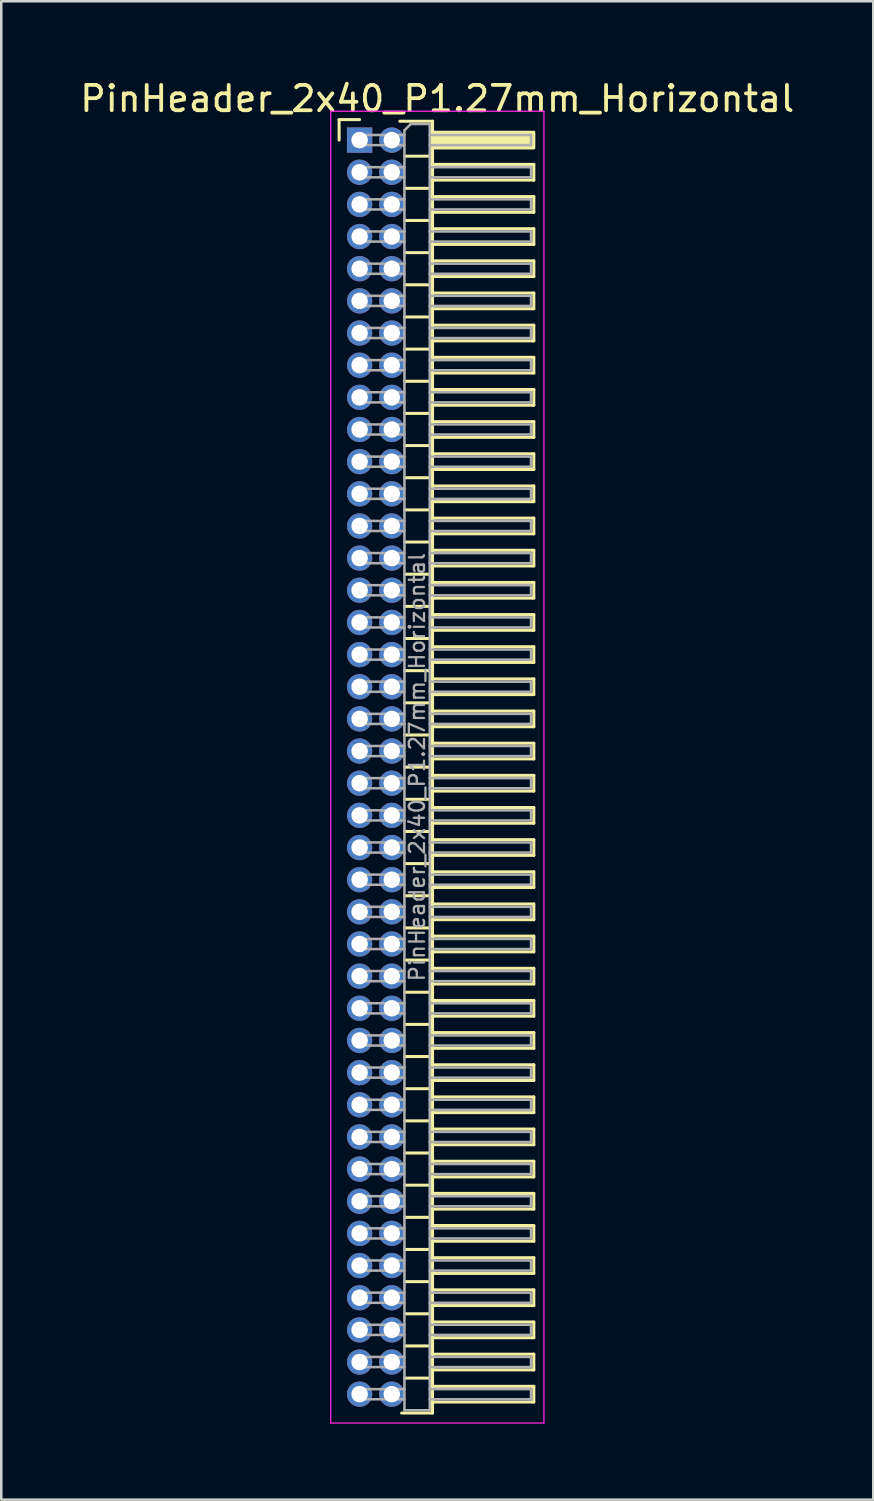
<source format=kicad_pcb>
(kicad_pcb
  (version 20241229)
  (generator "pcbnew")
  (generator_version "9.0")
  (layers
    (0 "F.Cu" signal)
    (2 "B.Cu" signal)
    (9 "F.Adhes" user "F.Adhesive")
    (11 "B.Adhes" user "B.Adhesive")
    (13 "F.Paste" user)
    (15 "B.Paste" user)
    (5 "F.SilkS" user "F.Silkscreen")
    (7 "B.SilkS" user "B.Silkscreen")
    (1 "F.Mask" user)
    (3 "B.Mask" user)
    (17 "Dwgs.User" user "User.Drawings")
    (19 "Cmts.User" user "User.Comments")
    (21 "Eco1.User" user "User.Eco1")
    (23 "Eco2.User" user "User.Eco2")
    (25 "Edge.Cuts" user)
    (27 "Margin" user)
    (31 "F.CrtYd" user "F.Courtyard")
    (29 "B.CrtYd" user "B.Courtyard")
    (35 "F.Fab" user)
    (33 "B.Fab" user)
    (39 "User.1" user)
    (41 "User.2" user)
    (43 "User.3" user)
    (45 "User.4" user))
  (footprint "PinHeader_2x40_P1.27mm_Horizontal"
    (layer "F.Cu")
    (at 11.153 2.483)
    (property "Reference" "PinHeader_2x40_P1.27mm_Horizontal" (at 3.067 -1.635 0) (layer "F.SilkS") (effects (font (size 1 1) (thickness 0.15))))
    (attr through_hole)
    (fp_line (start -0.81 -0.81) (end 0 -0.81) (stroke (width 0.12) (type solid)) (layer "F.SilkS"))
    (fp_line (start -0.81 0) (end -0.81 -0.81) (stroke (width 0.12) (type solid)) (layer "F.SilkS"))
    (fp_line (start 1.588 -0.745) (end 2.88 -0.745) (stroke (width 0.12) (type solid)) (layer "F.SilkS"))
    (fp_line (start 1.773 0.635) (end 2.88 0.635) (stroke (width 0.12) (type solid)) (layer "F.SilkS"))
    (fp_line (start 1.773 1.905) (end 2.88 1.905) (stroke (width 0.12) (type solid)) (layer "F.SilkS"))
    (fp_line (start 1.773 3.175) (end 2.88 3.175) (stroke (width 0.12) (type solid)) (layer "F.SilkS"))
    (fp_line (start 1.773 4.445) (end 2.88 4.445) (stroke (width 0.12) (type solid)) (layer "F.SilkS"))
    (fp_line (start 1.773 5.715) (end 2.88 5.715) (stroke (width 0.12) (type solid)) (layer "F.SilkS"))
    (fp_line (start 1.773 6.985) (end 2.88 6.985) (stroke (width 0.12) (type solid)) (layer "F.SilkS"))
    (fp_line (start 1.773 8.255) (end 2.88 8.255) (stroke (width 0.12) (type solid)) (layer "F.SilkS"))
    (fp_line (start 1.773 9.525) (end 2.88 9.525) (stroke (width 0.12) (type solid)) (layer "F.SilkS"))
    (fp_line (start 1.773 10.795) (end 2.88 10.795) (stroke (width 0.12) (type solid)) (layer "F.SilkS"))
    (fp_line (start 1.773 12.065) (end 2.88 12.065) (stroke (width 0.12) (type solid)) (layer "F.SilkS"))
    (fp_line (start 1.773 13.335) (end 2.88 13.335) (stroke (width 0.12) (type solid)) (layer "F.SilkS"))
    (fp_line (start 1.773 14.605) (end 2.88 14.605) (stroke (width 0.12) (type solid)) (layer "F.SilkS"))
    (fp_line (start 1.773 15.875) (end 2.88 15.875) (stroke (width 0.12) (type solid)) (layer "F.SilkS"))
    (fp_line (start 1.773 17.145) (end 2.88 17.145) (stroke (width 0.12) (type solid)) (layer "F.SilkS"))
    (fp_line (start 1.773 18.415) (end 2.88 18.415) (stroke (width 0.12) (type solid)) (layer "F.SilkS"))
    (fp_line (start 1.773 19.685) (end 2.88 19.685) (stroke (width 0.12) (type solid)) (layer "F.SilkS"))
    (fp_line (start 1.773 20.955) (end 2.88 20.955) (stroke (width 0.12) (type solid)) (layer "F.SilkS"))
    (fp_line (start 1.773 22.225) (end 2.88 22.225) (stroke (width 0.12) (type solid)) (layer "F.SilkS"))
    (fp_line (start 1.773 23.495) (end 2.88 23.495) (stroke (width 0.12) (type solid)) (layer "F.SilkS"))
    (fp_line (start 1.773 24.765) (end 2.88 24.765) (stroke (width 0.12) (type solid)) (layer "F.SilkS"))
    (fp_line (start 1.773 26.035) (end 2.88 26.035) (stroke (width 0.12) (type solid)) (layer "F.SilkS"))
    (fp_line (start 1.773 27.305) (end 2.88 27.305) (stroke (width 0.12) (type solid)) (layer "F.SilkS"))
    (fp_line (start 1.773 28.575) (end 2.88 28.575) (stroke (width 0.12) (type solid)) (layer "F.SilkS"))
    (fp_line (start 1.773 29.845) (end 2.88 29.845) (stroke (width 0.12) (type solid)) (layer "F.SilkS"))
    (fp_line (start 1.773 31.115) (end 2.88 31.115) (stroke (width 0.12) (type solid)) (layer "F.SilkS"))
    (fp_line (start 1.773 32.385) (end 2.88 32.385) (stroke (width 0.12) (type solid)) (layer "F.SilkS"))
    (fp_line (start 1.773 33.655) (end 2.88 33.655) (stroke (width 0.12) (type solid)) (layer "F.SilkS"))
    (fp_line (start 1.773 34.925) (end 2.88 34.925) (stroke (width 0.12) (type solid)) (layer "F.SilkS"))
    (fp_line (start 1.773 36.195) (end 2.88 36.195) (stroke (width 0.12) (type solid)) (layer "F.SilkS"))
    (fp_line (start 1.773 37.465) (end 2.88 37.465) (stroke (width 0.12) (type solid)) (layer "F.SilkS"))
    (fp_line (start 1.773 38.735) (end 2.88 38.735) (stroke (width 0.12) (type solid)) (layer "F.SilkS"))
    (fp_line (start 1.773 40.005) (end 2.88 40.005) (stroke (width 0.12) (type solid)) (layer "F.SilkS"))
    (fp_line (start 1.773 41.275) (end 2.88 41.275) (stroke (width 0.12) (type solid)) (layer "F.SilkS"))
    (fp_line (start 1.773 42.545) (end 2.88 42.545) (stroke (width 0.12) (type solid)) (layer "F.SilkS"))
    (fp_line (start 1.773 43.815) (end 2.88 43.815) (stroke (width 0.12) (type solid)) (layer "F.SilkS"))
    (fp_line (start 1.773 45.085) (end 2.88 45.085) (stroke (width 0.12) (type solid)) (layer "F.SilkS"))
    (fp_line (start 1.773 46.355) (end 2.88 46.355) (stroke (width 0.12) (type solid)) (layer "F.SilkS"))
    (fp_line (start 1.773 47.625) (end 2.88 47.625) (stroke (width 0.12) (type solid)) (layer "F.SilkS"))
    (fp_line (start 1.773 48.895) (end 2.88 48.895) (stroke (width 0.12) (type solid)) (layer "F.SilkS"))
    (fp_line (start 2.88 -0.745) (end 2.88 50.275) (stroke (width 0.12) (type solid)) (layer "F.SilkS"))
    (fp_line (start 2.88 0.96) (end 6.88 0.96) (stroke (width 0.12) (type solid)) (layer "F.SilkS"))
    (fp_line (start 2.88 2.23) (end 6.88 2.23) (stroke (width 0.12) (type solid)) (layer "F.SilkS"))
    (fp_line (start 2.88 3.5) (end 6.88 3.5) (stroke (width 0.12) (type solid)) (layer "F.SilkS"))
    (fp_line (start 2.88 4.77) (end 6.88 4.77) (stroke (width 0.12) (type solid)) (layer "F.SilkS"))
    (fp_line (start 2.88 6.04) (end 6.88 6.04) (stroke (width 0.12) (type solid)) (layer "F.SilkS"))
    (fp_line (start 2.88 7.31) (end 6.88 7.31) (stroke (width 0.12) (type solid)) (layer "F.SilkS"))
    (fp_line (start 2.88 8.58) (end 6.88 8.58) (stroke (width 0.12) (type solid)) (layer "F.SilkS"))
    (fp_line (start 2.88 9.85) (end 6.88 9.85) (stroke (width 0.12) (type solid)) (layer "F.SilkS"))
    (fp_line (start 2.88 11.12) (end 6.88 11.12) (stroke (width 0.12) (type solid)) (layer "F.SilkS"))
    (fp_line (start 2.88 12.39) (end 6.88 12.39) (stroke (width 0.12) (type solid)) (layer "F.SilkS"))
    (fp_line (start 2.88 13.66) (end 6.88 13.66) (stroke (width 0.12) (type solid)) (layer "F.SilkS"))
    (fp_line (start 2.88 14.93) (end 6.88 14.93) (stroke (width 0.12) (type solid)) (layer "F.SilkS"))
    (fp_line (start 2.88 16.2) (end 6.88 16.2) (stroke (width 0.12) (type solid)) (layer "F.SilkS"))
    (fp_line (start 2.88 17.47) (end 6.88 17.47) (stroke (width 0.12) (type solid)) (layer "F.SilkS"))
    (fp_line (start 2.88 18.74) (end 6.88 18.74) (stroke (width 0.12) (type solid)) (layer "F.SilkS"))
    (fp_line (start 2.88 20.01) (end 6.88 20.01) (stroke (width 0.12) (type solid)) (layer "F.SilkS"))
    (fp_line (start 2.88 21.28) (end 6.88 21.28) (stroke (width 0.12) (type solid)) (layer "F.SilkS"))
    (fp_line (start 2.88 22.55) (end 6.88 22.55) (stroke (width 0.12) (type solid)) (layer "F.SilkS"))
    (fp_line (start 2.88 23.82) (end 6.88 23.82) (stroke (width 0.12) (type solid)) (layer "F.SilkS"))
    (fp_line (start 2.88 25.09) (end 6.88 25.09) (stroke (width 0.12) (type solid)) (layer "F.SilkS"))
    (fp_line (start 2.88 26.36) (end 6.88 26.36) (stroke (width 0.12) (type solid)) (layer "F.SilkS"))
    (fp_line (start 2.88 27.63) (end 6.88 27.63) (stroke (width 0.12) (type solid)) (layer "F.SilkS"))
    (fp_line (start 2.88 28.9) (end 6.88 28.9) (stroke (width 0.12) (type solid)) (layer "F.SilkS"))
    (fp_line (start 2.88 30.17) (end 6.88 30.17) (stroke (width 0.12) (type solid)) (layer "F.SilkS"))
    (fp_line (start 2.88 31.44) (end 6.88 31.44) (stroke (width 0.12) (type solid)) (layer "F.SilkS"))
    (fp_line (start 2.88 32.71) (end 6.88 32.71) (stroke (width 0.12) (type solid)) (layer "F.SilkS"))
    (fp_line (start 2.88 33.98) (end 6.88 33.98) (stroke (width 0.12) (type solid)) (layer "F.SilkS"))
    (fp_line (start 2.88 35.25) (end 6.88 35.25) (stroke (width 0.12) (type solid)) (layer "F.SilkS"))
    (fp_line (start 2.88 36.52) (end 6.88 36.52) (stroke (width 0.12) (type solid)) (layer "F.SilkS"))
    (fp_line (start 2.88 37.79) (end 6.88 37.79) (stroke (width 0.12) (type solid)) (layer "F.SilkS"))
    (fp_line (start 2.88 39.06) (end 6.88 39.06) (stroke (width 0.12) (type solid)) (layer "F.SilkS"))
    (fp_line (start 2.88 40.33) (end 6.88 40.33) (stroke (width 0.12) (type solid)) (layer "F.SilkS"))
    (fp_line (start 2.88 41.6) (end 6.88 41.6) (stroke (width 0.12) (type solid)) (layer "F.SilkS"))
    (fp_line (start 2.88 42.87) (end 6.88 42.87) (stroke (width 0.12) (type solid)) (layer "F.SilkS"))
    (fp_line (start 2.88 44.14) (end 6.88 44.14) (stroke (width 0.12) (type solid)) (layer "F.SilkS"))
    (fp_line (start 2.88 45.41) (end 6.88 45.41) (stroke (width 0.12) (type solid)) (layer "F.SilkS"))
    (fp_line (start 2.88 46.68) (end 6.88 46.68) (stroke (width 0.12) (type solid)) (layer "F.SilkS"))
    (fp_line (start 2.88 47.95) (end 6.88 47.95) (stroke (width 0.12) (type solid)) (layer "F.SilkS"))
    (fp_line (start 2.88 49.22) (end 6.88 49.22) (stroke (width 0.12) (type solid)) (layer "F.SilkS"))
    (fp_line (start 2.88 50.275) (end 1.66 50.275) (stroke (width 0.12) (type solid)) (layer "F.SilkS"))
    (fp_line (start 6.88 0.96) (end 6.88 1.58) (stroke (width 0.12) (type solid)) (layer "F.SilkS"))
    (fp_line (start 6.88 1.58) (end 2.88 1.58) (stroke (width 0.12) (type solid)) (layer "F.SilkS"))
    (fp_line (start 6.88 2.23) (end 6.88 2.85) (stroke (width 0.12) (type solid)) (layer "F.SilkS"))
    (fp_line (start 6.88 2.85) (end 2.88 2.85) (stroke (width 0.12) (type solid)) (layer "F.SilkS"))
    (fp_line (start 6.88 3.5) (end 6.88 4.12) (stroke (width 0.12) (type solid)) (layer "F.SilkS"))
    (fp_line (start 6.88 4.12) (end 2.88 4.12) (stroke (width 0.12) (type solid)) (layer "F.SilkS"))
    (fp_line (start 6.88 4.77) (end 6.88 5.39) (stroke (width 0.12) (type solid)) (layer "F.SilkS"))
    (fp_line (start 6.88 5.39) (end 2.88 5.39) (stroke (width 0.12) (type solid)) (layer "F.SilkS"))
    (fp_line (start 6.88 6.04) (end 6.88 6.66) (stroke (width 0.12) (type solid)) (layer "F.SilkS"))
    (fp_line (start 6.88 6.66) (end 2.88 6.66) (stroke (width 0.12) (type solid)) (layer "F.SilkS"))
    (fp_line (start 6.88 7.31) (end 6.88 7.93) (stroke (width 0.12) (type solid)) (layer "F.SilkS"))
    (fp_line (start 6.88 7.93) (end 2.88 7.93) (stroke (width 0.12) (type solid)) (layer "F.SilkS"))
    (fp_line (start 6.88 8.58) (end 6.88 9.2) (stroke (width 0.12) (type solid)) (layer "F.SilkS"))
    (fp_line (start 6.88 9.2) (end 2.88 9.2) (stroke (width 0.12) (type solid)) (layer "F.SilkS"))
    (fp_line (start 6.88 9.85) (end 6.88 10.47) (stroke (width 0.12) (type solid)) (layer "F.SilkS"))
    (fp_line (start 6.88 10.47) (end 2.88 10.47) (stroke (width 0.12) (type solid)) (layer "F.SilkS"))
    (fp_line (start 6.88 11.12) (end 6.88 11.74) (stroke (width 0.12) (type solid)) (layer "F.SilkS"))
    (fp_line (start 6.88 11.74) (end 2.88 11.74) (stroke (width 0.12) (type solid)) (layer "F.SilkS"))
    (fp_line (start 6.88 12.39) (end 6.88 13.01) (stroke (width 0.12) (type solid)) (layer "F.SilkS"))
    (fp_line (start 6.88 13.01) (end 2.88 13.01) (stroke (width 0.12) (type solid)) (layer "F.SilkS"))
    (fp_line (start 6.88 13.66) (end 6.88 14.28) (stroke (width 0.12) (type solid)) (layer "F.SilkS"))
    (fp_line (start 6.88 14.28) (end 2.88 14.28) (stroke (width 0.12) (type solid)) (layer "F.SilkS"))
    (fp_line (start 6.88 14.93) (end 6.88 15.55) (stroke (width 0.12) (type solid)) (layer "F.SilkS"))
    (fp_line (start 6.88 15.55) (end 2.88 15.55) (stroke (width 0.12) (type solid)) (layer "F.SilkS"))
    (fp_line (start 6.88 16.2) (end 6.88 16.82) (stroke (width 0.12) (type solid)) (layer "F.SilkS"))
    (fp_line (start 6.88 16.82) (end 2.88 16.82) (stroke (width 0.12) (type solid)) (layer "F.SilkS"))
    (fp_line (start 6.88 17.47) (end 6.88 18.09) (stroke (width 0.12) (type solid)) (layer "F.SilkS"))
    (fp_line (start 6.88 18.09) (end 2.88 18.09) (stroke (width 0.12) (type solid)) (layer "F.SilkS"))
    (fp_line (start 6.88 18.74) (end 6.88 19.36) (stroke (width 0.12) (type solid)) (layer "F.SilkS"))
    (fp_line (start 6.88 19.36) (end 2.88 19.36) (stroke (width 0.12) (type solid)) (layer "F.SilkS"))
    (fp_line (start 6.88 20.01) (end 6.88 20.63) (stroke (width 0.12) (type solid)) (layer "F.SilkS"))
    (fp_line (start 6.88 20.63) (end 2.88 20.63) (stroke (width 0.12) (type solid)) (layer "F.SilkS"))
    (fp_line (start 6.88 21.28) (end 6.88 21.9) (stroke (width 0.12) (type solid)) (layer "F.SilkS"))
    (fp_line (start 6.88 21.9) (end 2.88 21.9) (stroke (width 0.12) (type solid)) (layer "F.SilkS"))
    (fp_line (start 6.88 22.55) (end 6.88 23.17) (stroke (width 0.12) (type solid)) (layer "F.SilkS"))
    (fp_line (start 6.88 23.17) (end 2.88 23.17) (stroke (width 0.12) (type solid)) (layer "F.SilkS"))
    (fp_line (start 6.88 23.82) (end 6.88 24.44) (stroke (width 0.12) (type solid)) (layer "F.SilkS"))
    (fp_line (start 6.88 24.44) (end 2.88 24.44) (stroke (width 0.12) (type solid)) (layer "F.SilkS"))
    (fp_line (start 6.88 25.09) (end 6.88 25.71) (stroke (width 0.12) (type solid)) (layer "F.SilkS"))
    (fp_line (start 6.88 25.71) (end 2.88 25.71) (stroke (width 0.12) (type solid)) (layer "F.SilkS"))
    (fp_line (start 6.88 26.36) (end 6.88 26.98) (stroke (width 0.12) (type solid)) (layer "F.SilkS"))
    (fp_line (start 6.88 26.98) (end 2.88 26.98) (stroke (width 0.12) (type solid)) (layer "F.SilkS"))
    (fp_line (start 6.88 27.63) (end 6.88 28.25) (stroke (width 0.12) (type solid)) (layer "F.SilkS"))
    (fp_line (start 6.88 28.25) (end 2.88 28.25) (stroke (width 0.12) (type solid)) (layer "F.SilkS"))
    (fp_line (start 6.88 28.9) (end 6.88 29.52) (stroke (width 0.12) (type solid)) (layer "F.SilkS"))
    (fp_line (start 6.88 29.52) (end 2.88 29.52) (stroke (width 0.12) (type solid)) (layer "F.SilkS"))
    (fp_line (start 6.88 30.17) (end 6.88 30.79) (stroke (width 0.12) (type solid)) (layer "F.SilkS"))
    (fp_line (start 6.88 30.79) (end 2.88 30.79) (stroke (width 0.12) (type solid)) (layer "F.SilkS"))
    (fp_line (start 6.88 31.44) (end 6.88 32.06) (stroke (width 0.12) (type solid)) (layer "F.SilkS"))
    (fp_line (start 6.88 32.06) (end 2.88 32.06) (stroke (width 0.12) (type solid)) (layer "F.SilkS"))
    (fp_line (start 6.88 32.71) (end 6.88 33.33) (stroke (width 0.12) (type solid)) (layer "F.SilkS"))
    (fp_line (start 6.88 33.33) (end 2.88 33.33) (stroke (width 0.12) (type solid)) (layer "F.SilkS"))
    (fp_line (start 6.88 33.98) (end 6.88 34.6) (stroke (width 0.12) (type solid)) (layer "F.SilkS"))
    (fp_line (start 6.88 34.6) (end 2.88 34.6) (stroke (width 0.12) (type solid)) (layer "F.SilkS"))
    (fp_line (start 6.88 35.25) (end 6.88 35.87) (stroke (width 0.12) (type solid)) (layer "F.SilkS"))
    (fp_line (start 6.88 35.87) (end 2.88 35.87) (stroke (width 0.12) (type solid)) (layer "F.SilkS"))
    (fp_line (start 6.88 36.52) (end 6.88 37.14) (stroke (width 0.12) (type solid)) (layer "F.SilkS"))
    (fp_line (start 6.88 37.14) (end 2.88 37.14) (stroke (width 0.12) (type solid)) (layer "F.SilkS"))
    (fp_line (start 6.88 37.79) (end 6.88 38.41) (stroke (width 0.12) (type solid)) (layer "F.SilkS"))
    (fp_line (start 6.88 38.41) (end 2.88 38.41) (stroke (width 0.12) (type solid)) (layer "F.SilkS"))
    (fp_line (start 6.88 39.06) (end 6.88 39.68) (stroke (width 0.12) (type solid)) (layer "F.SilkS"))
    (fp_line (start 6.88 39.68) (end 2.88 39.68) (stroke (width 0.12) (type solid)) (layer "F.SilkS"))
    (fp_line (start 6.88 40.33) (end 6.88 40.95) (stroke (width 0.12) (type solid)) (layer "F.SilkS"))
    (fp_line (start 6.88 40.95) (end 2.88 40.95) (stroke (width 0.12) (type solid)) (layer "F.SilkS"))
    (fp_line (start 6.88 41.6) (end 6.88 42.22) (stroke (width 0.12) (type solid)) (layer "F.SilkS"))
    (fp_line (start 6.88 42.22) (end 2.88 42.22) (stroke (width 0.12) (type solid)) (layer "F.SilkS"))
    (fp_line (start 6.88 42.87) (end 6.88 43.49) (stroke (width 0.12) (type solid)) (layer "F.SilkS"))
    (fp_line (start 6.88 43.49) (end 2.88 43.49) (stroke (width 0.12) (type solid)) (layer "F.SilkS"))
    (fp_line (start 6.88 44.14) (end 6.88 44.76) (stroke (width 0.12) (type solid)) (layer "F.SilkS"))
    (fp_line (start 6.88 44.76) (end 2.88 44.76) (stroke (width 0.12) (type solid)) (layer "F.SilkS"))
    (fp_line (start 6.88 45.41) (end 6.88 46.03) (stroke (width 0.12) (type solid)) (layer "F.SilkS"))
    (fp_line (start 6.88 46.03) (end 2.88 46.03) (stroke (width 0.12) (type solid)) (layer "F.SilkS"))
    (fp_line (start 6.88 46.68) (end 6.88 47.3) (stroke (width 0.12) (type solid)) (layer "F.SilkS"))
    (fp_line (start 6.88 47.3) (end 2.88 47.3) (stroke (width 0.12) (type solid)) (layer "F.SilkS"))
    (fp_line (start 6.88 47.95) (end 6.88 48.57) (stroke (width 0.12) (type solid)) (layer "F.SilkS"))
    (fp_line (start 6.88 48.57) (end 2.88 48.57) (stroke (width 0.12) (type solid)) (layer "F.SilkS"))
    (fp_line (start 6.88 49.22) (end 6.88 49.84) (stroke (width 0.12) (type solid)) (layer "F.SilkS"))
    (fp_line (start 6.88 49.84) (end 2.88 49.84) (stroke (width 0.12) (type solid)) (layer "F.SilkS"))
    (fp_rect (start 2.88 -0.31) (end 6.88 0.31) (stroke (width 0.12) (type solid)) (fill yes) (layer "F.SilkS"))
    (fp_line (start -1.14 -1.14) (end -1.14 50.67) (stroke (width 0.05) (type solid)) (layer "F.CrtYd"))
    (fp_line (start -1.14 50.67) (end 7.28 50.67) (stroke (width 0.05) (type solid)) (layer "F.CrtYd"))
    (fp_line (start 7.28 -1.14) (end -1.14 -1.14) (stroke (width 0.05) (type solid)) (layer "F.CrtYd"))
    (fp_line (start 7.28 50.67) (end 7.28 -1.14) (stroke (width 0.05) (type solid)) (layer "F.CrtYd"))
    (fp_line (start -0.2 -0.2) (end -0.2 0.2) (stroke (width 0.1) (type solid)) (layer "F.Fab"))
    (fp_line (start -0.2 -0.2) (end 1.77 -0.2) (stroke (width 0.1) (type solid)) (layer "F.Fab"))
    (fp_line (start -0.2 0.2) (end 1.77 0.2) (stroke (width 0.1) (type solid)) (layer "F.Fab"))
    (fp_line (start -0.2 1.07) (end -0.2 1.47) (stroke (width 0.1) (type solid)) (layer "F.Fab"))
    (fp_line (start -0.2 1.07) (end 1.77 1.07) (stroke (width 0.1) (type solid)) (layer "F.Fab"))
    (fp_line (start -0.2 1.47) (end 1.77 1.47) (stroke (width 0.1) (type solid)) (layer "F.Fab"))
    (fp_line (start -0.2 2.34) (end -0.2 2.74) (stroke (width 0.1) (type solid)) (layer "F.Fab"))
    (fp_line (start -0.2 2.34) (end 1.77 2.34) (stroke (width 0.1) (type solid)) (layer "F.Fab"))
    (fp_line (start -0.2 2.74) (end 1.77 2.74) (stroke (width 0.1) (type solid)) (layer "F.Fab"))
    (fp_line (start -0.2 3.61) (end -0.2 4.01) (stroke (width 0.1) (type solid)) (layer "F.Fab"))
    (fp_line (start -0.2 3.61) (end 1.77 3.61) (stroke (width 0.1) (type solid)) (layer "F.Fab"))
    (fp_line (start -0.2 4.01) (end 1.77 4.01) (stroke (width 0.1) (type solid)) (layer "F.Fab"))
    (fp_line (start -0.2 4.88) (end -0.2 5.28) (stroke (width 0.1) (type solid)) (layer "F.Fab"))
    (fp_line (start -0.2 4.88) (end 1.77 4.88) (stroke (width 0.1) (type solid)) (layer "F.Fab"))
    (fp_line (start -0.2 5.28) (end 1.77 5.28) (stroke (width 0.1) (type solid)) (layer "F.Fab"))
    (fp_line (start -0.2 6.15) (end -0.2 6.55) (stroke (width 0.1) (type solid)) (layer "F.Fab"))
    (fp_line (start -0.2 6.15) (end 1.77 6.15) (stroke (width 0.1) (type solid)) (layer "F.Fab"))
    (fp_line (start -0.2 6.55) (end 1.77 6.55) (stroke (width 0.1) (type solid)) (layer "F.Fab"))
    (fp_line (start -0.2 7.42) (end -0.2 7.82) (stroke (width 0.1) (type solid)) (layer "F.Fab"))
    (fp_line (start -0.2 7.42) (end 1.77 7.42) (stroke (width 0.1) (type solid)) (layer "F.Fab"))
    (fp_line (start -0.2 7.82) (end 1.77 7.82) (stroke (width 0.1) (type solid)) (layer "F.Fab"))
    (fp_line (start -0.2 8.69) (end -0.2 9.09) (stroke (width 0.1) (type solid)) (layer "F.Fab"))
    (fp_line (start -0.2 8.69) (end 1.77 8.69) (stroke (width 0.1) (type solid)) (layer "F.Fab"))
    (fp_line (start -0.2 9.09) (end 1.77 9.09) (stroke (width 0.1) (type solid)) (layer "F.Fab"))
    (fp_line (start -0.2 9.96) (end -0.2 10.36) (stroke (width 0.1) (type solid)) (layer "F.Fab"))
    (fp_line (start -0.2 9.96) (end 1.77 9.96) (stroke (width 0.1) (type solid)) (layer "F.Fab"))
    (fp_line (start -0.2 10.36) (end 1.77 10.36) (stroke (width 0.1) (type solid)) (layer "F.Fab"))
    (fp_line (start -0.2 11.23) (end -0.2 11.63) (stroke (width 0.1) (type solid)) (layer "F.Fab"))
    (fp_line (start -0.2 11.23) (end 1.77 11.23) (stroke (width 0.1) (type solid)) (layer "F.Fab"))
    (fp_line (start -0.2 11.63) (end 1.77 11.63) (stroke (width 0.1) (type solid)) (layer "F.Fab"))
    (fp_line (start -0.2 12.5) (end -0.2 12.9) (stroke (width 0.1) (type solid)) (layer "F.Fab"))
    (fp_line (start -0.2 12.5) (end 1.77 12.5) (stroke (width 0.1) (type solid)) (layer "F.Fab"))
    (fp_line (start -0.2 12.9) (end 1.77 12.9) (stroke (width 0.1) (type solid)) (layer "F.Fab"))
    (fp_line (start -0.2 13.77) (end -0.2 14.17) (stroke (width 0.1) (type solid)) (layer "F.Fab"))
    (fp_line (start -0.2 13.77) (end 1.77 13.77) (stroke (width 0.1) (type solid)) (layer "F.Fab"))
    (fp_line (start -0.2 14.17) (end 1.77 14.17) (stroke (width 0.1) (type solid)) (layer "F.Fab"))
    (fp_line (start -0.2 15.04) (end -0.2 15.44) (stroke (width 0.1) (type solid)) (layer "F.Fab"))
    (fp_line (start -0.2 15.04) (end 1.77 15.04) (stroke (width 0.1) (type solid)) (layer "F.Fab"))
    (fp_line (start -0.2 15.44) (end 1.77 15.44) (stroke (width 0.1) (type solid)) (layer "F.Fab"))
    (fp_line (start -0.2 16.31) (end -0.2 16.71) (stroke (width 0.1) (type solid)) (layer "F.Fab"))
    (fp_line (start -0.2 16.31) (end 1.77 16.31) (stroke (width 0.1) (type solid)) (layer "F.Fab"))
    (fp_line (start -0.2 16.71) (end 1.77 16.71) (stroke (width 0.1) (type solid)) (layer "F.Fab"))
    (fp_line (start -0.2 17.58) (end -0.2 17.98) (stroke (width 0.1) (type solid)) (layer "F.Fab"))
    (fp_line (start -0.2 17.58) (end 1.77 17.58) (stroke (width 0.1) (type solid)) (layer "F.Fab"))
    (fp_line (start -0.2 17.98) (end 1.77 17.98) (stroke (width 0.1) (type solid)) (layer "F.Fab"))
    (fp_line (start -0.2 18.85) (end -0.2 19.25) (stroke (width 0.1) (type solid)) (layer "F.Fab"))
    (fp_line (start -0.2 18.85) (end 1.77 18.85) (stroke (width 0.1) (type solid)) (layer "F.Fab"))
    (fp_line (start -0.2 19.25) (end 1.77 19.25) (stroke (width 0.1) (type solid)) (layer "F.Fab"))
    (fp_line (start -0.2 20.12) (end -0.2 20.52) (stroke (width 0.1) (type solid)) (layer "F.Fab"))
    (fp_line (start -0.2 20.12) (end 1.77 20.12) (stroke (width 0.1) (type solid)) (layer "F.Fab"))
    (fp_line (start -0.2 20.52) (end 1.77 20.52) (stroke (width 0.1) (type solid)) (layer "F.Fab"))
    (fp_line (start -0.2 21.39) (end -0.2 21.79) (stroke (width 0.1) (type solid)) (layer "F.Fab"))
    (fp_line (start -0.2 21.39) (end 1.77 21.39) (stroke (width 0.1) (type solid)) (layer "F.Fab"))
    (fp_line (start -0.2 21.79) (end 1.77 21.79) (stroke (width 0.1) (type solid)) (layer "F.Fab"))
    (fp_line (start -0.2 22.66) (end -0.2 23.06) (stroke (width 0.1) (type solid)) (layer "F.Fab"))
    (fp_line (start -0.2 22.66) (end 1.77 22.66) (stroke (width 0.1) (type solid)) (layer "F.Fab"))
    (fp_line (start -0.2 23.06) (end 1.77 23.06) (stroke (width 0.1) (type solid)) (layer "F.Fab"))
    (fp_line (start -0.2 23.93) (end -0.2 24.33) (stroke (width 0.1) (type solid)) (layer "F.Fab"))
    (fp_line (start -0.2 23.93) (end 1.77 23.93) (stroke (width 0.1) (type solid)) (layer "F.Fab"))
    (fp_line (start -0.2 24.33) (end 1.77 24.33) (stroke (width 0.1) (type solid)) (layer "F.Fab"))
    (fp_line (start -0.2 25.2) (end -0.2 25.6) (stroke (width 0.1) (type solid)) (layer "F.Fab"))
    (fp_line (start -0.2 25.2) (end 1.77 25.2) (stroke (width 0.1) (type solid)) (layer "F.Fab"))
    (fp_line (start -0.2 25.6) (end 1.77 25.6) (stroke (width 0.1) (type solid)) (layer "F.Fab"))
    (fp_line (start -0.2 26.47) (end -0.2 26.87) (stroke (width 0.1) (type solid)) (layer "F.Fab"))
    (fp_line (start -0.2 26.47) (end 1.77 26.47) (stroke (width 0.1) (type solid)) (layer "F.Fab"))
    (fp_line (start -0.2 26.87) (end 1.77 26.87) (stroke (width 0.1) (type solid)) (layer "F.Fab"))
    (fp_line (start -0.2 27.74) (end -0.2 28.14) (stroke (width 0.1) (type solid)) (layer "F.Fab"))
    (fp_line (start -0.2 27.74) (end 1.77 27.74) (stroke (width 0.1) (type solid)) (layer "F.Fab"))
    (fp_line (start -0.2 28.14) (end 1.77 28.14) (stroke (width 0.1) (type solid)) (layer "F.Fab"))
    (fp_line (start -0.2 29.01) (end -0.2 29.41) (stroke (width 0.1) (type solid)) (layer "F.Fab"))
    (fp_line (start -0.2 29.01) (end 1.77 29.01) (stroke (width 0.1) (type solid)) (layer "F.Fab"))
    (fp_line (start -0.2 29.41) (end 1.77 29.41) (stroke (width 0.1) (type solid)) (layer "F.Fab"))
    (fp_line (start -0.2 30.28) (end -0.2 30.68) (stroke (width 0.1) (type solid)) (layer "F.Fab"))
    (fp_line (start -0.2 30.28) (end 1.77 30.28) (stroke (width 0.1) (type solid)) (layer "F.Fab"))
    (fp_line (start -0.2 30.68) (end 1.77 30.68) (stroke (width 0.1) (type solid)) (layer "F.Fab"))
    (fp_line (start -0.2 31.55) (end -0.2 31.95) (stroke (width 0.1) (type solid)) (layer "F.Fab"))
    (fp_line (start -0.2 31.55) (end 1.77 31.55) (stroke (width 0.1) (type solid)) (layer "F.Fab"))
    (fp_line (start -0.2 31.95) (end 1.77 31.95) (stroke (width 0.1) (type solid)) (layer "F.Fab"))
    (fp_line (start -0.2 32.82) (end -0.2 33.22) (stroke (width 0.1) (type solid)) (layer "F.Fab"))
    (fp_line (start -0.2 32.82) (end 1.77 32.82) (stroke (width 0.1) (type solid)) (layer "F.Fab"))
    (fp_line (start -0.2 33.22) (end 1.77 33.22) (stroke (width 0.1) (type solid)) (layer "F.Fab"))
    (fp_line (start -0.2 34.09) (end -0.2 34.49) (stroke (width 0.1) (type solid)) (layer "F.Fab"))
    (fp_line (start -0.2 34.09) (end 1.77 34.09) (stroke (width 0.1) (type solid)) (layer "F.Fab"))
    (fp_line (start -0.2 34.49) (end 1.77 34.49) (stroke (width 0.1) (type solid)) (layer "F.Fab"))
    (fp_line (start -0.2 35.36) (end -0.2 35.76) (stroke (width 0.1) (type solid)) (layer "F.Fab"))
    (fp_line (start -0.2 35.36) (end 1.77 35.36) (stroke (width 0.1) (type solid)) (layer "F.Fab"))
    (fp_line (start -0.2 35.76) (end 1.77 35.76) (stroke (width 0.1) (type solid)) (layer "F.Fab"))
    (fp_line (start -0.2 36.63) (end -0.2 37.03) (stroke (width 0.1) (type solid)) (layer "F.Fab"))
    (fp_line (start -0.2 36.63) (end 1.77 36.63) (stroke (width 0.1) (type solid)) (layer "F.Fab"))
    (fp_line (start -0.2 37.03) (end 1.77 37.03) (stroke (width 0.1) (type solid)) (layer "F.Fab"))
    (fp_line (start -0.2 37.9) (end -0.2 38.3) (stroke (width 0.1) (type solid)) (layer "F.Fab"))
    (fp_line (start -0.2 37.9) (end 1.77 37.9) (stroke (width 0.1) (type solid)) (layer "F.Fab"))
    (fp_line (start -0.2 38.3) (end 1.77 38.3) (stroke (width 0.1) (type solid)) (layer "F.Fab"))
    (fp_line (start -0.2 39.17) (end -0.2 39.57) (stroke (width 0.1) (type solid)) (layer "F.Fab"))
    (fp_line (start -0.2 39.17) (end 1.77 39.17) (stroke (width 0.1) (type solid)) (layer "F.Fab"))
    (fp_line (start -0.2 39.57) (end 1.77 39.57) (stroke (width 0.1) (type solid)) (layer "F.Fab"))
    (fp_line (start -0.2 40.44) (end -0.2 40.84) (stroke (width 0.1) (type solid)) (layer "F.Fab"))
    (fp_line (start -0.2 40.44) (end 1.77 40.44) (stroke (width 0.1) (type solid)) (layer "F.Fab"))
    (fp_line (start -0.2 40.84) (end 1.77 40.84) (stroke (width 0.1) (type solid)) (layer "F.Fab"))
    (fp_line (start -0.2 41.71) (end -0.2 42.11) (stroke (width 0.1) (type solid)) (layer "F.Fab"))
    (fp_line (start -0.2 41.71) (end 1.77 41.71) (stroke (width 0.1) (type solid)) (layer "F.Fab"))
    (fp_line (start -0.2 42.11) (end 1.77 42.11) (stroke (width 0.1) (type solid)) (layer "F.Fab"))
    (fp_line (start -0.2 42.98) (end -0.2 43.38) (stroke (width 0.1) (type solid)) (layer "F.Fab"))
    (fp_line (start -0.2 42.98) (end 1.77 42.98) (stroke (width 0.1) (type solid)) (layer "F.Fab"))
    (fp_line (start -0.2 43.38) (end 1.77 43.38) (stroke (width 0.1) (type solid)) (layer "F.Fab"))
    (fp_line (start -0.2 44.25) (end -0.2 44.65) (stroke (width 0.1) (type solid)) (layer "F.Fab"))
    (fp_line (start -0.2 44.25) (end 1.77 44.25) (stroke (width 0.1) (type solid)) (layer "F.Fab"))
    (fp_line (start -0.2 44.65) (end 1.77 44.65) (stroke (width 0.1) (type solid)) (layer "F.Fab"))
    (fp_line (start -0.2 45.52) (end -0.2 45.92) (stroke (width 0.1) (type solid)) (layer "F.Fab"))
    (fp_line (start -0.2 45.52) (end 1.77 45.52) (stroke (width 0.1) (type solid)) (layer "F.Fab"))
    (fp_line (start -0.2 45.92) (end 1.77 45.92) (stroke (width 0.1) (type solid)) (layer "F.Fab"))
    (fp_line (start -0.2 46.79) (end -0.2 47.19) (stroke (width 0.1) (type solid)) (layer "F.Fab"))
    (fp_line (start -0.2 46.79) (end 1.77 46.79) (stroke (width 0.1) (type solid)) (layer "F.Fab"))
    (fp_line (start -0.2 47.19) (end 1.77 47.19) (stroke (width 0.1) (type solid)) (layer "F.Fab"))
    (fp_line (start -0.2 48.06) (end -0.2 48.46) (stroke (width 0.1) (type solid)) (layer "F.Fab"))
    (fp_line (start -0.2 48.06) (end 1.77 48.06) (stroke (width 0.1) (type solid)) (layer "F.Fab"))
    (fp_line (start -0.2 48.46) (end 1.77 48.46) (stroke (width 0.1) (type solid)) (layer "F.Fab"))
    (fp_line (start -0.2 49.33) (end -0.2 49.73) (stroke (width 0.1) (type solid)) (layer "F.Fab"))
    (fp_line (start -0.2 49.33) (end 1.77 49.33) (stroke (width 0.1) (type solid)) (layer "F.Fab"))
    (fp_line (start -0.2 49.73) (end 1.77 49.73) (stroke (width 0.1) (type solid)) (layer "F.Fab"))
    (fp_line (start 1.77 -0.385) (end 2.02 -0.635) (stroke (width 0.1) (type solid)) (layer "F.Fab"))
    (fp_line (start 1.77 50.165) (end 1.77 -0.385) (stroke (width 0.1) (type solid)) (layer "F.Fab"))
    (fp_line (start 2.02 -0.635) (end 2.77 -0.635) (stroke (width 0.1) (type solid)) (layer "F.Fab"))
    (fp_line (start 2.77 -0.635) (end 2.77 50.165) (stroke (width 0.1) (type solid)) (layer "F.Fab"))
    (fp_line (start 2.77 -0.2) (end 6.77 -0.2) (stroke (width 0.1) (type solid)) (layer "F.Fab"))
    (fp_line (start 2.77 0.2) (end 6.77 0.2) (stroke (width 0.1) (type solid)) (layer "F.Fab"))
    (fp_line (start 2.77 1.07) (end 6.77 1.07) (stroke (width 0.1) (type solid)) (layer "F.Fab"))
    (fp_line (start 2.77 1.47) (end 6.77 1.47) (stroke (width 0.1) (type solid)) (layer "F.Fab"))
    (fp_line (start 2.77 2.34) (end 6.77 2.34) (stroke (width 0.1) (type solid)) (layer "F.Fab"))
    (fp_line (start 2.77 2.74) (end 6.77 2.74) (stroke (width 0.1) (type solid)) (layer "F.Fab"))
    (fp_line (start 2.77 3.61) (end 6.77 3.61) (stroke (width 0.1) (type solid)) (layer "F.Fab"))
    (fp_line (start 2.77 4.01) (end 6.77 4.01) (stroke (width 0.1) (type solid)) (layer "F.Fab"))
    (fp_line (start 2.77 4.88) (end 6.77 4.88) (stroke (width 0.1) (type solid)) (layer "F.Fab"))
    (fp_line (start 2.77 5.28) (end 6.77 5.28) (stroke (width 0.1) (type solid)) (layer "F.Fab"))
    (fp_line (start 2.77 6.15) (end 6.77 6.15) (stroke (width 0.1) (type solid)) (layer "F.Fab"))
    (fp_line (start 2.77 6.55) (end 6.77 6.55) (stroke (width 0.1) (type solid)) (layer "F.Fab"))
    (fp_line (start 2.77 7.42) (end 6.77 7.42) (stroke (width 0.1) (type solid)) (layer "F.Fab"))
    (fp_line (start 2.77 7.82) (end 6.77 7.82) (stroke (width 0.1) (type solid)) (layer "F.Fab"))
    (fp_line (start 2.77 8.69) (end 6.77 8.69) (stroke (width 0.1) (type solid)) (layer "F.Fab"))
    (fp_line (start 2.77 9.09) (end 6.77 9.09) (stroke (width 0.1) (type solid)) (layer "F.Fab"))
    (fp_line (start 2.77 9.96) (end 6.77 9.96) (stroke (width 0.1) (type solid)) (layer "F.Fab"))
    (fp_line (start 2.77 10.36) (end 6.77 10.36) (stroke (width 0.1) (type solid)) (layer "F.Fab"))
    (fp_line (start 2.77 11.23) (end 6.77 11.23) (stroke (width 0.1) (type solid)) (layer "F.Fab"))
    (fp_line (start 2.77 11.63) (end 6.77 11.63) (stroke (width 0.1) (type solid)) (layer "F.Fab"))
    (fp_line (start 2.77 12.5) (end 6.77 12.5) (stroke (width 0.1) (type solid)) (layer "F.Fab"))
    (fp_line (start 2.77 12.9) (end 6.77 12.9) (stroke (width 0.1) (type solid)) (layer "F.Fab"))
    (fp_line (start 2.77 13.77) (end 6.77 13.77) (stroke (width 0.1) (type solid)) (layer "F.Fab"))
    (fp_line (start 2.77 14.17) (end 6.77 14.17) (stroke (width 0.1) (type solid)) (layer "F.Fab"))
    (fp_line (start 2.77 15.04) (end 6.77 15.04) (stroke (width 0.1) (type solid)) (layer "F.Fab"))
    (fp_line (start 2.77 15.44) (end 6.77 15.44) (stroke (width 0.1) (type solid)) (layer "F.Fab"))
    (fp_line (start 2.77 16.31) (end 6.77 16.31) (stroke (width 0.1) (type solid)) (layer "F.Fab"))
    (fp_line (start 2.77 16.71) (end 6.77 16.71) (stroke (width 0.1) (type solid)) (layer "F.Fab"))
    (fp_line (start 2.77 17.58) (end 6.77 17.58) (stroke (width 0.1) (type solid)) (layer "F.Fab"))
    (fp_line (start 2.77 17.98) (end 6.77 17.98) (stroke (width 0.1) (type solid)) (layer "F.Fab"))
    (fp_line (start 2.77 18.85) (end 6.77 18.85) (stroke (width 0.1) (type solid)) (layer "F.Fab"))
    (fp_line (start 2.77 19.25) (end 6.77 19.25) (stroke (width 0.1) (type solid)) (layer "F.Fab"))
    (fp_line (start 2.77 20.12) (end 6.77 20.12) (stroke (width 0.1) (type solid)) (layer "F.Fab"))
    (fp_line (start 2.77 20.52) (end 6.77 20.52) (stroke (width 0.1) (type solid)) (layer "F.Fab"))
    (fp_line (start 2.77 21.39) (end 6.77 21.39) (stroke (width 0.1) (type solid)) (layer "F.Fab"))
    (fp_line (start 2.77 21.79) (end 6.77 21.79) (stroke (width 0.1) (type solid)) (layer "F.Fab"))
    (fp_line (start 2.77 22.66) (end 6.77 22.66) (stroke (width 0.1) (type solid)) (layer "F.Fab"))
    (fp_line (start 2.77 23.06) (end 6.77 23.06) (stroke (width 0.1) (type solid)) (layer "F.Fab"))
    (fp_line (start 2.77 23.93) (end 6.77 23.93) (stroke (width 0.1) (type solid)) (layer "F.Fab"))
    (fp_line (start 2.77 24.33) (end 6.77 24.33) (stroke (width 0.1) (type solid)) (layer "F.Fab"))
    (fp_line (start 2.77 25.2) (end 6.77 25.2) (stroke (width 0.1) (type solid)) (layer "F.Fab"))
    (fp_line (start 2.77 25.6) (end 6.77 25.6) (stroke (width 0.1) (type solid)) (layer "F.Fab"))
    (fp_line (start 2.77 26.47) (end 6.77 26.47) (stroke (width 0.1) (type solid)) (layer "F.Fab"))
    (fp_line (start 2.77 26.87) (end 6.77 26.87) (stroke (width 0.1) (type solid)) (layer "F.Fab"))
    (fp_line (start 2.77 27.74) (end 6.77 27.74) (stroke (width 0.1) (type solid)) (layer "F.Fab"))
    (fp_line (start 2.77 28.14) (end 6.77 28.14) (stroke (width 0.1) (type solid)) (layer "F.Fab"))
    (fp_line (start 2.77 29.01) (end 6.77 29.01) (stroke (width 0.1) (type solid)) (layer "F.Fab"))
    (fp_line (start 2.77 29.41) (end 6.77 29.41) (stroke (width 0.1) (type solid)) (layer "F.Fab"))
    (fp_line (start 2.77 30.28) (end 6.77 30.28) (stroke (width 0.1) (type solid)) (layer "F.Fab"))
    (fp_line (start 2.77 30.68) (end 6.77 30.68) (stroke (width 0.1) (type solid)) (layer "F.Fab"))
    (fp_line (start 2.77 31.55) (end 6.77 31.55) (stroke (width 0.1) (type solid)) (layer "F.Fab"))
    (fp_line (start 2.77 31.95) (end 6.77 31.95) (stroke (width 0.1) (type solid)) (layer "F.Fab"))
    (fp_line (start 2.77 32.82) (end 6.77 32.82) (stroke (width 0.1) (type solid)) (layer "F.Fab"))
    (fp_line (start 2.77 33.22) (end 6.77 33.22) (stroke (width 0.1) (type solid)) (layer "F.Fab"))
    (fp_line (start 2.77 34.09) (end 6.77 34.09) (stroke (width 0.1) (type solid)) (layer "F.Fab"))
    (fp_line (start 2.77 34.49) (end 6.77 34.49) (stroke (width 0.1) (type solid)) (layer "F.Fab"))
    (fp_line (start 2.77 35.36) (end 6.77 35.36) (stroke (width 0.1) (type solid)) (layer "F.Fab"))
    (fp_line (start 2.77 35.76) (end 6.77 35.76) (stroke (width 0.1) (type solid)) (layer "F.Fab"))
    (fp_line (start 2.77 36.63) (end 6.77 36.63) (stroke (width 0.1) (type solid)) (layer "F.Fab"))
    (fp_line (start 2.77 37.03) (end 6.77 37.03) (stroke (width 0.1) (type solid)) (layer "F.Fab"))
    (fp_line (start 2.77 37.9) (end 6.77 37.9) (stroke (width 0.1) (type solid)) (layer "F.Fab"))
    (fp_line (start 2.77 38.3) (end 6.77 38.3) (stroke (width 0.1) (type solid)) (layer "F.Fab"))
    (fp_line (start 2.77 39.17) (end 6.77 39.17) (stroke (width 0.1) (type solid)) (layer "F.Fab"))
    (fp_line (start 2.77 39.57) (end 6.77 39.57) (stroke (width 0.1) (type solid)) (layer "F.Fab"))
    (fp_line (start 2.77 40.44) (end 6.77 40.44) (stroke (width 0.1) (type solid)) (layer "F.Fab"))
    (fp_line (start 2.77 40.84) (end 6.77 40.84) (stroke (width 0.1) (type solid)) (layer "F.Fab"))
    (fp_line (start 2.77 41.71) (end 6.77 41.71) (stroke (width 0.1) (type solid)) (layer "F.Fab"))
    (fp_line (start 2.77 42.11) (end 6.77 42.11) (stroke (width 0.1) (type solid)) (layer "F.Fab"))
    (fp_line (start 2.77 42.98) (end 6.77 42.98) (stroke (width 0.1) (type solid)) (layer "F.Fab"))
    (fp_line (start 2.77 43.38) (end 6.77 43.38) (stroke (width 0.1) (type solid)) (layer "F.Fab"))
    (fp_line (start 2.77 44.25) (end 6.77 44.25) (stroke (width 0.1) (type solid)) (layer "F.Fab"))
    (fp_line (start 2.77 44.65) (end 6.77 44.65) (stroke (width 0.1) (type solid)) (layer "F.Fab"))
    (fp_line (start 2.77 45.52) (end 6.77 45.52) (stroke (width 0.1) (type solid)) (layer "F.Fab"))
    (fp_line (start 2.77 45.92) (end 6.77 45.92) (stroke (width 0.1) (type solid)) (layer "F.Fab"))
    (fp_line (start 2.77 46.79) (end 6.77 46.79) (stroke (width 0.1) (type solid)) (layer "F.Fab"))
    (fp_line (start 2.77 47.19) (end 6.77 47.19) (stroke (width 0.1) (type solid)) (layer "F.Fab"))
    (fp_line (start 2.77 48.06) (end 6.77 48.06) (stroke (width 0.1) (type solid)) (layer "F.Fab"))
    (fp_line (start 2.77 48.46) (end 6.77 48.46) (stroke (width 0.1) (type solid)) (layer "F.Fab"))
    (fp_line (start 2.77 49.33) (end 6.77 49.33) (stroke (width 0.1) (type solid)) (layer "F.Fab"))
    (fp_line (start 2.77 49.73) (end 6.77 49.73) (stroke (width 0.1) (type solid)) (layer "F.Fab"))
    (fp_line (start 2.77 50.165) (end 1.77 50.165) (stroke (width 0.1) (type solid)) (layer "F.Fab"))
    (fp_line (start 6.77 -0.2) (end 6.77 0.2) (stroke (width 0.1) (type solid)) (layer "F.Fab"))
    (fp_line (start 6.77 1.07) (end 6.77 1.47) (stroke (width 0.1) (type solid)) (layer "F.Fab"))
    (fp_line (start 6.77 2.34) (end 6.77 2.74) (stroke (width 0.1) (type solid)) (layer "F.Fab"))
    (fp_line (start 6.77 3.61) (end 6.77 4.01) (stroke (width 0.1) (type solid)) (layer "F.Fab"))
    (fp_line (start 6.77 4.88) (end 6.77 5.28) (stroke (width 0.1) (type solid)) (layer "F.Fab"))
    (fp_line (start 6.77 6.15) (end 6.77 6.55) (stroke (width 0.1) (type solid)) (layer "F.Fab"))
    (fp_line (start 6.77 7.42) (end 6.77 7.82) (stroke (width 0.1) (type solid)) (layer "F.Fab"))
    (fp_line (start 6.77 8.69) (end 6.77 9.09) (stroke (width 0.1) (type solid)) (layer "F.Fab"))
    (fp_line (start 6.77 9.96) (end 6.77 10.36) (stroke (width 0.1) (type solid)) (layer "F.Fab"))
    (fp_line (start 6.77 11.23) (end 6.77 11.63) (stroke (width 0.1) (type solid)) (layer "F.Fab"))
    (fp_line (start 6.77 12.5) (end 6.77 12.9) (stroke (width 0.1) (type solid)) (layer "F.Fab"))
    (fp_line (start 6.77 13.77) (end 6.77 14.17) (stroke (width 0.1) (type solid)) (layer "F.Fab"))
    (fp_line (start 6.77 15.04) (end 6.77 15.44) (stroke (width 0.1) (type solid)) (layer "F.Fab"))
    (fp_line (start 6.77 16.31) (end 6.77 16.71) (stroke (width 0.1) (type solid)) (layer "F.Fab"))
    (fp_line (start 6.77 17.58) (end 6.77 17.98) (stroke (width 0.1) (type solid)) (layer "F.Fab"))
    (fp_line (start 6.77 18.85) (end 6.77 19.25) (stroke (width 0.1) (type solid)) (layer "F.Fab"))
    (fp_line (start 6.77 20.12) (end 6.77 20.52) (stroke (width 0.1) (type solid)) (layer "F.Fab"))
    (fp_line (start 6.77 21.39) (end 6.77 21.79) (stroke (width 0.1) (type solid)) (layer "F.Fab"))
    (fp_line (start 6.77 22.66) (end 6.77 23.06) (stroke (width 0.1) (type solid)) (layer "F.Fab"))
    (fp_line (start 6.77 23.93) (end 6.77 24.33) (stroke (width 0.1) (type solid)) (layer "F.Fab"))
    (fp_line (start 6.77 25.2) (end 6.77 25.6) (stroke (width 0.1) (type solid)) (layer "F.Fab"))
    (fp_line (start 6.77 26.47) (end 6.77 26.87) (stroke (width 0.1) (type solid)) (layer "F.Fab"))
    (fp_line (start 6.77 27.74) (end 6.77 28.14) (stroke (width 0.1) (type solid)) (layer "F.Fab"))
    (fp_line (start 6.77 29.01) (end 6.77 29.41) (stroke (width 0.1) (type solid)) (layer "F.Fab"))
    (fp_line (start 6.77 30.28) (end 6.77 30.68) (stroke (width 0.1) (type solid)) (layer "F.Fab"))
    (fp_line (start 6.77 31.55) (end 6.77 31.95) (stroke (width 0.1) (type solid)) (layer "F.Fab"))
    (fp_line (start 6.77 32.82) (end 6.77 33.22) (stroke (width 0.1) (type solid)) (layer "F.Fab"))
    (fp_line (start 6.77 34.09) (end 6.77 34.49) (stroke (width 0.1) (type solid)) (layer "F.Fab"))
    (fp_line (start 6.77 35.36) (end 6.77 35.76) (stroke (width 0.1) (type solid)) (layer "F.Fab"))
    (fp_line (start 6.77 36.63) (end 6.77 37.03) (stroke (width 0.1) (type solid)) (layer "F.Fab"))
    (fp_line (start 6.77 37.9) (end 6.77 38.3) (stroke (width 0.1) (type solid)) (layer "F.Fab"))
    (fp_line (start 6.77 39.17) (end 6.77 39.57) (stroke (width 0.1) (type solid)) (layer "F.Fab"))
    (fp_line (start 6.77 40.44) (end 6.77 40.84) (stroke (width 0.1) (type solid)) (layer "F.Fab"))
    (fp_line (start 6.77 41.71) (end 6.77 42.11) (stroke (width 0.1) (type solid)) (layer "F.Fab"))
    (fp_line (start 6.77 42.98) (end 6.77 43.38) (stroke (width 0.1) (type solid)) (layer "F.Fab"))
    (fp_line (start 6.77 44.25) (end 6.77 44.65) (stroke (width 0.1) (type solid)) (layer "F.Fab"))
    (fp_line (start 6.77 45.52) (end 6.77 45.92) (stroke (width 0.1) (type solid)) (layer "F.Fab"))
    (fp_line (start 6.77 46.79) (end 6.77 47.19) (stroke (width 0.1) (type solid)) (layer "F.Fab"))
    (fp_line (start 6.77 48.06) (end 6.77 48.46) (stroke (width 0.1) (type solid)) (layer "F.Fab"))
    (fp_line (start 6.77 49.33) (end 6.77 49.73) (stroke (width 0.1) (type solid)) (layer "F.Fab"))
    (fp_text user "${REFERENCE}" (at 2.27 24.765 90) (layer "F.Fab") (effects (font (size 0.6 0.6) (thickness 0.09))))
    (pad "1" thru_hole rect (at 0 0) (size 1 1) (drill 0.65) (layers "*.Cu" "*.Mask"))
    (pad "2" thru_hole circle (at 1.27 0) (size 1 1) (drill 0.65) (layers "*.Cu" "*.Mask"))
    (pad "3" thru_hole circle (at 0 1.27) (size 1 1) (drill 0.65) (layers "*.Cu" "*.Mask"))
    (pad "4" thru_hole circle (at 1.27 1.27) (size 1 1) (drill 0.65) (layers "*.Cu" "*.Mask"))
    (pad "5" thru_hole circle (at 0 2.54) (size 1 1) (drill 0.65) (layers "*.Cu" "*.Mask"))
    (pad "6" thru_hole circle (at 1.27 2.54) (size 1 1) (drill 0.65) (layers "*.Cu" "*.Mask"))
    (pad "7" thru_hole circle (at 0 3.81) (size 1 1) (drill 0.65) (layers "*.Cu" "*.Mask"))
    (pad "8" thru_hole circle (at 1.27 3.81) (size 1 1) (drill 0.65) (layers "*.Cu" "*.Mask"))
    (pad "9" thru_hole circle (at 0 5.08) (size 1 1) (drill 0.65) (layers "*.Cu" "*.Mask"))
    (pad "10" thru_hole circle (at 1.27 5.08) (size 1 1) (drill 0.65) (layers "*.Cu" "*.Mask"))
    (pad "11" thru_hole circle (at 0 6.35) (size 1 1) (drill 0.65) (layers "*.Cu" "*.Mask"))
    (pad "12" thru_hole circle (at 1.27 6.35) (size 1 1) (drill 0.65) (layers "*.Cu" "*.Mask"))
    (pad "13" thru_hole circle (at 0 7.62) (size 1 1) (drill 0.65) (layers "*.Cu" "*.Mask"))
    (pad "14" thru_hole circle (at 1.27 7.62) (size 1 1) (drill 0.65) (layers "*.Cu" "*.Mask"))
    (pad "15" thru_hole circle (at 0 8.89) (size 1 1) (drill 0.65) (layers "*.Cu" "*.Mask"))
    (pad "16" thru_hole circle (at 1.27 8.89) (size 1 1) (drill 0.65) (layers "*.Cu" "*.Mask"))
    (pad "17" thru_hole circle (at 0 10.16) (size 1 1) (drill 0.65) (layers "*.Cu" "*.Mask"))
    (pad "18" thru_hole circle (at 1.27 10.16) (size 1 1) (drill 0.65) (layers "*.Cu" "*.Mask"))
    (pad "19" thru_hole circle (at 0 11.43) (size 1 1) (drill 0.65) (layers "*.Cu" "*.Mask"))
    (pad "20" thru_hole circle (at 1.27 11.43) (size 1 1) (drill 0.65) (layers "*.Cu" "*.Mask"))
    (pad "21" thru_hole circle (at 0 12.7) (size 1 1) (drill 0.65) (layers "*.Cu" "*.Mask"))
    (pad "22" thru_hole circle (at 1.27 12.7) (size 1 1) (drill 0.65) (layers "*.Cu" "*.Mask"))
    (pad "23" thru_hole circle (at 0 13.97) (size 1 1) (drill 0.65) (layers "*.Cu" "*.Mask"))
    (pad "24" thru_hole circle (at 1.27 13.97) (size 1 1) (drill 0.65) (layers "*.Cu" "*.Mask"))
    (pad "25" thru_hole circle (at 0 15.24) (size 1 1) (drill 0.65) (layers "*.Cu" "*.Mask"))
    (pad "26" thru_hole circle (at 1.27 15.24) (size 1 1) (drill 0.65) (layers "*.Cu" "*.Mask"))
    (pad "27" thru_hole circle (at 0 16.51) (size 1 1) (drill 0.65) (layers "*.Cu" "*.Mask"))
    (pad "28" thru_hole circle (at 1.27 16.51) (size 1 1) (drill 0.65) (layers "*.Cu" "*.Mask"))
    (pad "29" thru_hole circle (at 0 17.78) (size 1 1) (drill 0.65) (layers "*.Cu" "*.Mask"))
    (pad "30" thru_hole circle (at 1.27 17.78) (size 1 1) (drill 0.65) (layers "*.Cu" "*.Mask"))
    (pad "31" thru_hole circle (at 0 19.05) (size 1 1) (drill 0.65) (layers "*.Cu" "*.Mask"))
    (pad "32" thru_hole circle (at 1.27 19.05) (size 1 1) (drill 0.65) (layers "*.Cu" "*.Mask"))
    (pad "33" thru_hole circle (at 0 20.32) (size 1 1) (drill 0.65) (layers "*.Cu" "*.Mask"))
    (pad "34" thru_hole circle (at 1.27 20.32) (size 1 1) (drill 0.65) (layers "*.Cu" "*.Mask"))
    (pad "35" thru_hole circle (at 0 21.59) (size 1 1) (drill 0.65) (layers "*.Cu" "*.Mask"))
    (pad "36" thru_hole circle (at 1.27 21.59) (size 1 1) (drill 0.65) (layers "*.Cu" "*.Mask"))
    (pad "37" thru_hole circle (at 0 22.86) (size 1 1) (drill 0.65) (layers "*.Cu" "*.Mask"))
    (pad "38" thru_hole circle (at 1.27 22.86) (size 1 1) (drill 0.65) (layers "*.Cu" "*.Mask"))
    (pad "39" thru_hole circle (at 0 24.13) (size 1 1) (drill 0.65) (layers "*.Cu" "*.Mask"))
    (pad "40" thru_hole circle (at 1.27 24.13) (size 1 1) (drill 0.65) (layers "*.Cu" "*.Mask"))
    (pad "41" thru_hole circle (at 0 25.4) (size 1 1) (drill 0.65) (layers "*.Cu" "*.Mask"))
    (pad "42" thru_hole circle (at 1.27 25.4) (size 1 1) (drill 0.65) (layers "*.Cu" "*.Mask"))
    (pad "43" thru_hole circle (at 0 26.67) (size 1 1) (drill 0.65) (layers "*.Cu" "*.Mask"))
    (pad "44" thru_hole circle (at 1.27 26.67) (size 1 1) (drill 0.65) (layers "*.Cu" "*.Mask"))
    (pad "45" thru_hole circle (at 0 27.94) (size 1 1) (drill 0.65) (layers "*.Cu" "*.Mask"))
    (pad "46" thru_hole circle (at 1.27 27.94) (size 1 1) (drill 0.65) (layers "*.Cu" "*.Mask"))
    (pad "47" thru_hole circle (at 0 29.21) (size 1 1) (drill 0.65) (layers "*.Cu" "*.Mask"))
    (pad "48" thru_hole circle (at 1.27 29.21) (size 1 1) (drill 0.65) (layers "*.Cu" "*.Mask"))
    (pad "49" thru_hole circle (at 0 30.48) (size 1 1) (drill 0.65) (layers "*.Cu" "*.Mask"))
    (pad "50" thru_hole circle (at 1.27 30.48) (size 1 1) (drill 0.65) (layers "*.Cu" "*.Mask"))
    (pad "51" thru_hole circle (at 0 31.75) (size 1 1) (drill 0.65) (layers "*.Cu" "*.Mask"))
    (pad "52" thru_hole circle (at 1.27 31.75) (size 1 1) (drill 0.65) (layers "*.Cu" "*.Mask"))
    (pad "53" thru_hole circle (at 0 33.02) (size 1 1) (drill 0.65) (layers "*.Cu" "*.Mask"))
    (pad "54" thru_hole circle (at 1.27 33.02) (size 1 1) (drill 0.65) (layers "*.Cu" "*.Mask"))
    (pad "55" thru_hole circle (at 0 34.29) (size 1 1) (drill 0.65) (layers "*.Cu" "*.Mask"))
    (pad "56" thru_hole circle (at 1.27 34.29) (size 1 1) (drill 0.65) (layers "*.Cu" "*.Mask"))
    (pad "57" thru_hole circle (at 0 35.56) (size 1 1) (drill 0.65) (layers "*.Cu" "*.Mask"))
    (pad "58" thru_hole circle (at 1.27 35.56) (size 1 1) (drill 0.65) (layers "*.Cu" "*.Mask"))
    (pad "59" thru_hole circle (at 0 36.83) (size 1 1) (drill 0.65) (layers "*.Cu" "*.Mask"))
    (pad "60" thru_hole circle (at 1.27 36.83) (size 1 1) (drill 0.65) (layers "*.Cu" "*.Mask"))
    (pad "61" thru_hole circle (at 0 38.1) (size 1 1) (drill 0.65) (layers "*.Cu" "*.Mask"))
    (pad "62" thru_hole circle (at 1.27 38.1) (size 1 1) (drill 0.65) (layers "*.Cu" "*.Mask"))
    (pad "63" thru_hole circle (at 0 39.37) (size 1 1) (drill 0.65) (layers "*.Cu" "*.Mask"))
    (pad "64" thru_hole circle (at 1.27 39.37) (size 1 1) (drill 0.65) (layers "*.Cu" "*.Mask"))
    (pad "65" thru_hole circle (at 0 40.64) (size 1 1) (drill 0.65) (layers "*.Cu" "*.Mask"))
    (pad "66" thru_hole circle (at 1.27 40.64) (size 1 1) (drill 0.65) (layers "*.Cu" "*.Mask"))
    (pad "67" thru_hole circle (at 0 41.91) (size 1 1) (drill 0.65) (layers "*.Cu" "*.Mask"))
    (pad "68" thru_hole circle (at 1.27 41.91) (size 1 1) (drill 0.65) (layers "*.Cu" "*.Mask"))
    (pad "69" thru_hole circle (at 0 43.18) (size 1 1) (drill 0.65) (layers "*.Cu" "*.Mask"))
    (pad "70" thru_hole circle (at 1.27 43.18) (size 1 1) (drill 0.65) (layers "*.Cu" "*.Mask"))
    (pad "71" thru_hole circle (at 0 44.45) (size 1 1) (drill 0.65) (layers "*.Cu" "*.Mask"))
    (pad "72" thru_hole circle (at 1.27 44.45) (size 1 1) (drill 0.65) (layers "*.Cu" "*.Mask"))
    (pad "73" thru_hole circle (at 0 45.72) (size 1 1) (drill 0.65) (layers "*.Cu" "*.Mask"))
    (pad "74" thru_hole circle (at 1.27 45.72) (size 1 1) (drill 0.65) (layers "*.Cu" "*.Mask"))
    (pad "75" thru_hole circle (at 0 46.99) (size 1 1) (drill 0.65) (layers "*.Cu" "*.Mask"))
    (pad "76" thru_hole circle (at 1.27 46.99) (size 1 1) (drill 0.65) (layers "*.Cu" "*.Mask"))
    (pad "77" thru_hole circle (at 0 48.26) (size 1 1) (drill 0.65) (layers "*.Cu" "*.Mask"))
    (pad "78" thru_hole circle (at 1.27 48.26) (size 1 1) (drill 0.65) (layers "*.Cu" "*.Mask"))
    (pad "79" thru_hole circle (at 0 49.53) (size 1 1) (drill 0.65) (layers "*.Cu" "*.Mask"))
    (pad "80" thru_hole circle (at 1.27 49.53) (size 1 1) (drill 0.65) (layers "*.Cu" "*.Mask")))
  (gr_rect
    (start -3 -3)
    (end 31.44 56.178)
    (stroke (width 0.1) (type default))
    (fill no)
    (layer "Edge.Cuts")))
</source>
